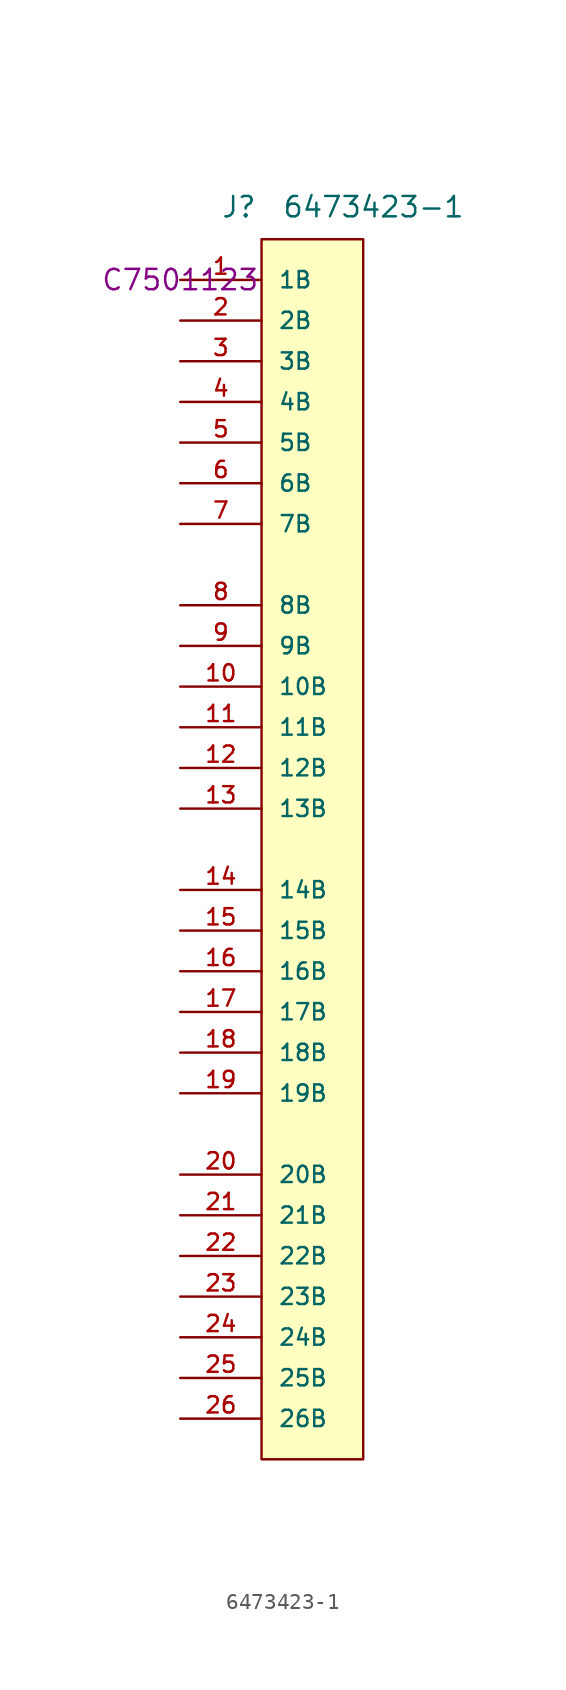
<source format=kicad_sym>
(kicad_symbol_lib
  (version 20231120)
  (generator "kicad_symbol_editor")
  (generator_version "8.0")
  (symbol "6473423-1"
    (pin_names
      (offset 1.016))
    (property "Reference" "J"
      (at 2.54 3.81 0)
      (effects (font (size 1.27 1.27)) (justify left bottom)))
    (property "Value" "6473423-1"
      (at 6.35 3.81 0)
      (effects (font (size 1.27 1.27)) (justify left bottom)))
    (property "LCSC" "C7501123"
      (at 0 0 0)
      (effects (font (size 1.27 1.27))))
    (symbol "6473423-1_1_0"
      (pin passive line (at 0 0 0) (length 5.08) (name "1B" (effects (font (size 1.016 1.016)))) (number "1" (effects (font (size 1.016 1.016)))))
      (pin passive line (at 0 -25.4 0) (length 5.08) (name "10B" (effects (font (size 1.016 1.016)))) (number "10" (effects (font (size 1.016 1.016)))))
      (pin passive line (at 0 -27.94 0) (length 5.08) (name "11B" (effects (font (size 1.016 1.016)))) (number "11" (effects (font (size 1.016 1.016)))))
      (pin passive line (at 0 -30.48 0) (length 5.08) (name "12B" (effects (font (size 1.016 1.016)))) (number "12" (effects (font (size 1.016 1.016)))))
      (pin passive line (at 0 -33.02 0) (length 5.08) (name "13B" (effects (font (size 1.016 1.016)))) (number "13" (effects (font (size 1.016 1.016)))))
      (pin passive line (at 0 -38.1 0) (length 5.08) (name "14B" (effects (font (size 1.016 1.016)))) (number "14" (effects (font (size 1.016 1.016)))))
      (pin passive line (at 0 -40.64 0) (length 5.08) (name "15B" (effects (font (size 1.016 1.016)))) (number "15" (effects (font (size 1.016 1.016)))))
      (pin passive line (at 0 -43.18 0) (length 5.08) (name "16B" (effects (font (size 1.016 1.016)))) (number "16" (effects (font (size 1.016 1.016)))))
      (pin passive line (at 0 -45.72 0) (length 5.08) (name "17B" (effects (font (size 1.016 1.016)))) (number "17" (effects (font (size 1.016 1.016)))))
      (pin passive line (at 0 -48.26 0) (length 5.08) (name "18B" (effects (font (size 1.016 1.016)))) (number "18" (effects (font (size 1.016 1.016)))))
      (pin passive line (at 0 -50.8 0) (length 5.08) (name "19B" (effects (font (size 1.016 1.016)))) (number "19" (effects (font (size 1.016 1.016)))))
      (pin passive line (at 0 -2.54 0) (length 5.08) (name "2B" (effects (font (size 1.016 1.016)))) (number "2" (effects (font (size 1.016 1.016)))))
      (pin passive line (at 0 -55.88 0) (length 5.08) (name "20B" (effects (font (size 1.016 1.016)))) (number "20" (effects (font (size 1.016 1.016)))))
      (pin passive line (at 0 -58.42 0) (length 5.08) (name "21B" (effects (font (size 1.016 1.016)))) (number "21" (effects (font (size 1.016 1.016)))))
      (pin passive line (at 0 -60.96 0) (length 5.08) (name "22B" (effects (font (size 1.016 1.016)))) (number "22" (effects (font (size 1.016 1.016)))))
      (pin passive line (at 0 -63.5 0) (length 5.08) (name "23B" (effects (font (size 1.016 1.016)))) (number "23" (effects (font (size 1.016 1.016)))))
      (pin passive line (at 0 -66.04 0) (length 5.08) (name "24B" (effects (font (size 1.016 1.016)))) (number "24" (effects (font (size 1.016 1.016)))))
      (pin passive line (at 0 -68.58 0) (length 5.08) (name "25B" (effects (font (size 1.016 1.016)))) (number "25" (effects (font (size 1.016 1.016)))))
      (pin passive line (at 0 -71.12 0) (length 5.08) (name "26B" (effects (font (size 1.016 1.016)))) (number "26" (effects (font (size 1.016 1.016)))))
      (pin passive line (at 0 -5.08 0) (length 5.08) (name "3B" (effects (font (size 1.016 1.016)))) (number "3" (effects (font (size 1.016 1.016)))))
      (pin passive line (at 0 -7.62 0) (length 5.08) (name "4B" (effects (font (size 1.016 1.016)))) (number "4" (effects (font (size 1.016 1.016)))))
      (pin passive line (at 0 -10.16 0) (length 5.08) (name "5B" (effects (font (size 1.016 1.016)))) (number "5" (effects (font (size 1.016 1.016)))))
      (pin passive line (at 0 -12.7 0) (length 5.08) (name "6B" (effects (font (size 1.016 1.016)))) (number "6" (effects (font (size 1.016 1.016)))))
      (pin passive line (at 0 -15.24 0) (length 5.08) (name "7B" (effects (font (size 1.016 1.016)))) (number "7" (effects (font (size 1.016 1.016)))))
      (pin passive line (at 0 -20.32 0) (length 5.08) (name "8B" (effects (font (size 1.016 1.016)))) (number "8" (effects (font (size 1.016 1.016)))))
      (pin passive line (at 0 -22.86 0) (length 5.08) (name "9B" (effects (font (size 1.016 1.016)))) (number "9" (effects (font (size 1.016 1.016))))))
    (symbol "6473423-1_1_1"
      (rectangle (start 5.08 2.54) (end 11.43 -73.66) (stroke (width 0) (type default)) (fill (type background))))))
</source>
